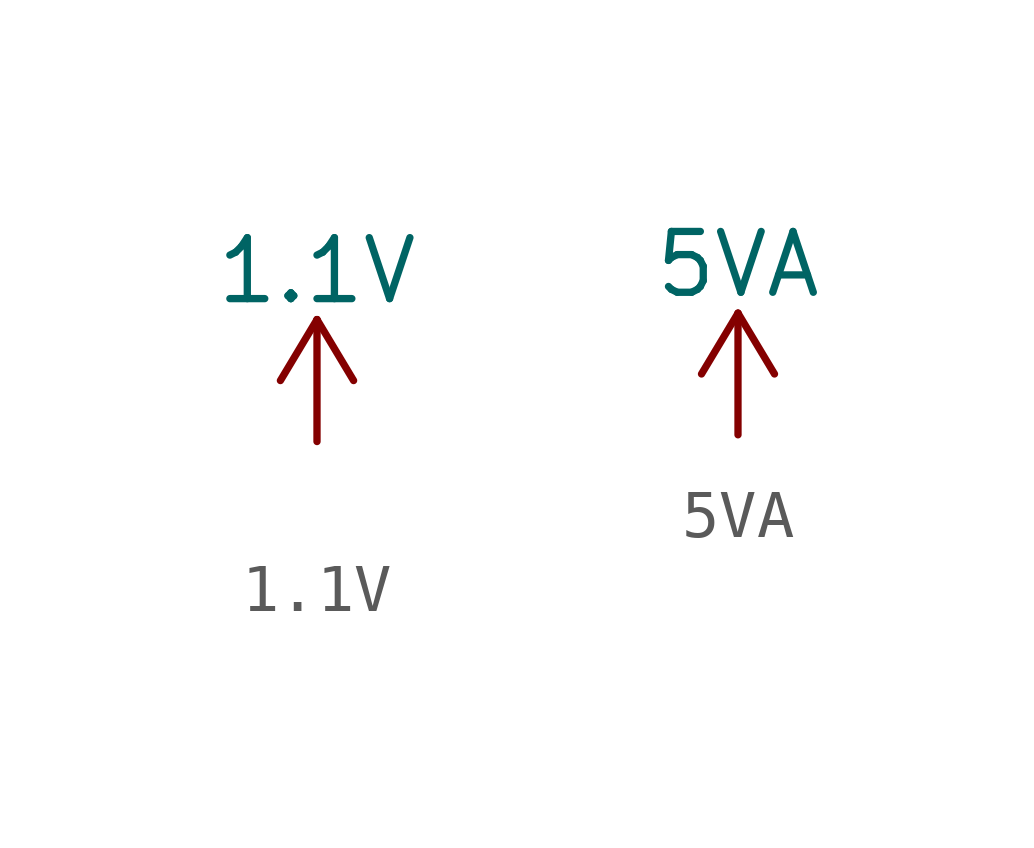
<source format=kicad_sym>
(kicad_symbol_lib
  (version 20211014)
  (generator kicad_symbol_editor)
  (symbol "1.1V"
    (power)
    (pin_names
      (offset 0))
    (property "Reference" "#1V1"
      (at 0 -2.54 0)
      (effects (font (size 1.27 1.27)) hide))
    (property "Value" "1.1V"
      (at 0 3.556 0)
      (effects (font (size 1.27 1.27))))
    (symbol "1.1V_0_1"
      (polyline (pts (xy -0.762 1.27) (xy 0 2.54)) (stroke (width 0) (type default) (color 0 0 0 0)) (fill (type none)))
      (polyline (pts (xy 0 0) (xy 0 2.54)) (stroke (width 0) (type default) (color 0 0 0 0)) (fill (type none)))
      (polyline (pts (xy 0 2.54) (xy 0.762 1.27)) (stroke (width 0) (type default) (color 0 0 0 0)) (fill (type none))))
    (symbol "1.1V_1_1"
      (pin power_in line (at -1.27 -1.27 90) (length 0) hide (name "1.1V" (effects (font (size 1.27 1.27)))) (number "1" (effects (font (size 1.27 1.27)))))))
  (symbol "5VA"
    (power)
    (pin_names
      (offset 0))
    (property "Reference" "#5VA"
      (at 0 -3.81 0)
      (effects (font (size 1.27 1.27)) hide))
    (property "Value" "5VA"
      (at 0 3.556 0)
      (effects (font (size 1.27 1.27))))
    (symbol "5VA_0_1"
      (polyline (pts (xy -0.762 1.27) (xy 0 2.54)) (stroke (width 0) (type default) (color 0 0 0 0)) (fill (type none)))
      (polyline (pts (xy 0 0) (xy 0 2.54)) (stroke (width 0) (type default) (color 0 0 0 0)) (fill (type none)))
      (polyline (pts (xy 0 2.54) (xy 0.762 1.27)) (stroke (width 0) (type default) (color 0 0 0 0)) (fill (type none))))
    (symbol "5VA_1_1"
      (pin power_in line (at 0 0 90) (length 0) hide (name "5VA" (effects (font (size 1.27 1.27)))) (number "1" (effects (font (size 1.27 1.27))))))))
</source>
